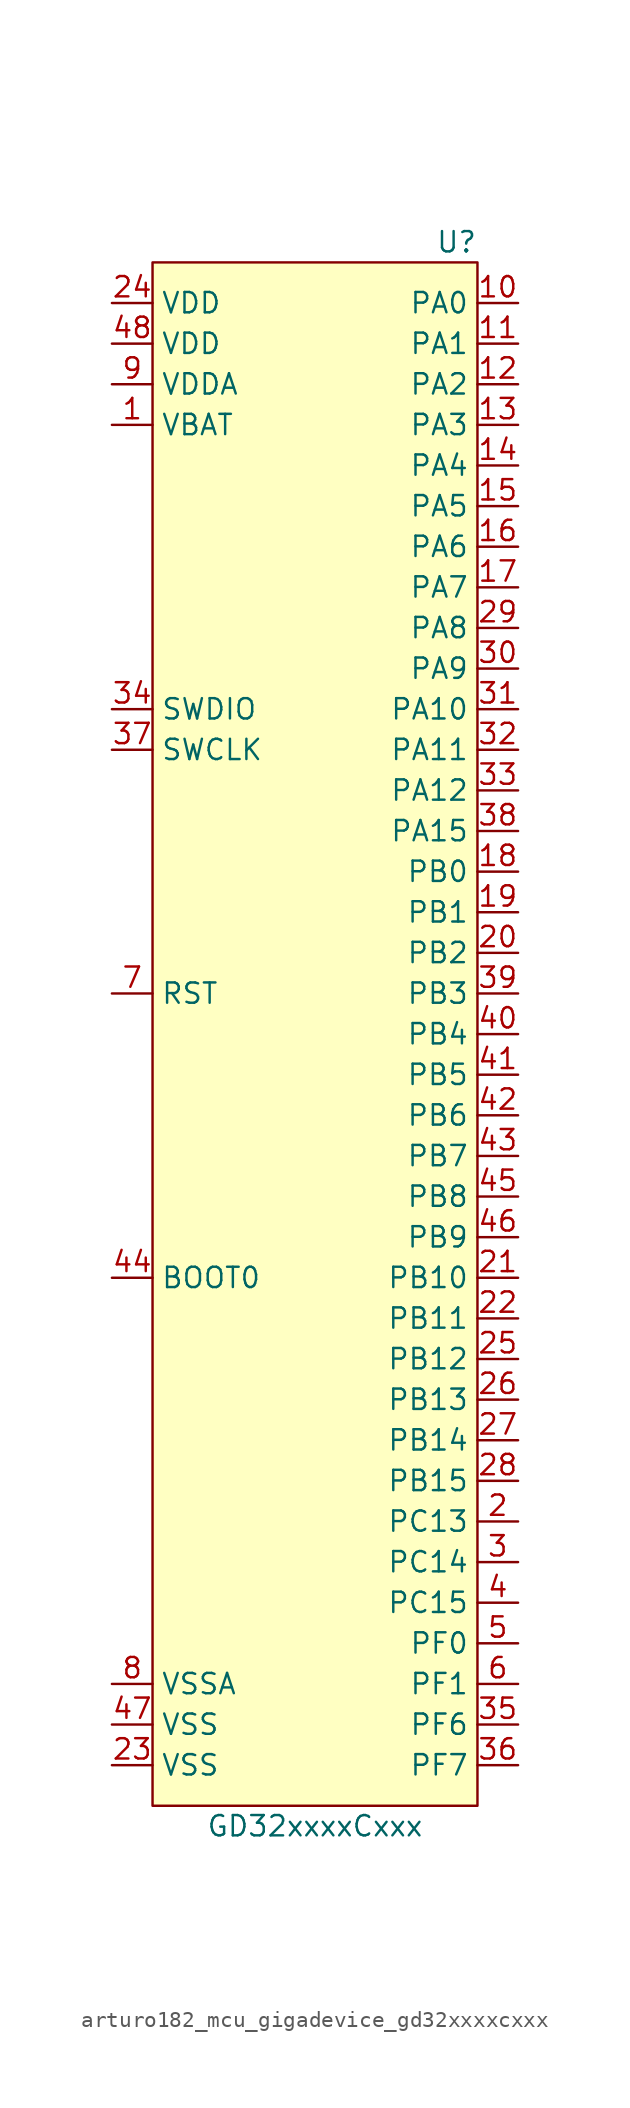
<source format=kicad_sym>
(kicad_symbol_lib
  (version 20220914)
  (generator kicad_symbol_editor)
  (symbol "arturo182_mcu_gigadevice_gd32xxxxcxxx"
    (property "Reference" "U"
      (at 10.16 46.99 0)
      (effects (font (size 1.27 1.27)) (justify right)))
    (property "Value" "GD32xxxxCxxx"
      (at 0 -52.07 0)
      (effects (font (size 1.27 1.27))))
    (symbol "arturo182_mcu_gigadevice_gd32xxxxcxxx_0_0"
      (pin power_in line (at -12.7 35.56 0) (length 2.54) (name "VBAT" (effects (font (size 1.27 1.27)))) (number "1" (effects (font (size 1.27 1.27)))))
      (pin bidirectional line (at 12.7 43.18 180) (length 2.54) (name "PA0" (effects (font (size 1.27 1.27)))) (number "10" (effects (font (size 1.27 1.27)))))
      (pin bidirectional line (at 12.7 40.64 180) (length 2.54) (name "PA1" (effects (font (size 1.27 1.27)))) (number "11" (effects (font (size 1.27 1.27)))))
      (pin bidirectional line (at 12.7 38.1 180) (length 2.54) (name "PA2" (effects (font (size 1.27 1.27)))) (number "12" (effects (font (size 1.27 1.27)))))
      (pin bidirectional line (at 12.7 35.56 180) (length 2.54) (name "PA3" (effects (font (size 1.27 1.27)))) (number "13" (effects (font (size 1.27 1.27)))))
      (pin bidirectional line (at 12.7 33.02 180) (length 2.54) (name "PA4" (effects (font (size 1.27 1.27)))) (number "14" (effects (font (size 1.27 1.27)))))
      (pin bidirectional line (at 12.7 30.48 180) (length 2.54) (name "PA5" (effects (font (size 1.27 1.27)))) (number "15" (effects (font (size 1.27 1.27)))))
      (pin bidirectional line (at 12.7 27.94 180) (length 2.54) (name "PA6" (effects (font (size 1.27 1.27)))) (number "16" (effects (font (size 1.27 1.27)))))
      (pin bidirectional line (at 12.7 25.4 180) (length 2.54) (name "PA7" (effects (font (size 1.27 1.27)))) (number "17" (effects (font (size 1.27 1.27)))))
      (pin bidirectional line (at 12.7 7.62 180) (length 2.54) (name "PB0" (effects (font (size 1.27 1.27)))) (number "18" (effects (font (size 1.27 1.27)))))
      (pin bidirectional line (at 12.7 5.08 180) (length 2.54) (name "PB1" (effects (font (size 1.27 1.27)))) (number "19" (effects (font (size 1.27 1.27)))))
      (pin bidirectional line (at 12.7 -33.02 180) (length 2.54) (name "PC13" (effects (font (size 1.27 1.27)))) (number "2" (effects (font (size 1.27 1.27)))))
      (pin bidirectional line (at 12.7 2.54 180) (length 2.54) (name "PB2" (effects (font (size 1.27 1.27)))) (number "20" (effects (font (size 1.27 1.27)))))
      (pin bidirectional line (at 12.7 -17.78 180) (length 2.54) (name "PB10" (effects (font (size 1.27 1.27)))) (number "21" (effects (font (size 1.27 1.27)))))
      (pin bidirectional line (at 12.7 -20.32 180) (length 2.54) (name "PB11" (effects (font (size 1.27 1.27)))) (number "22" (effects (font (size 1.27 1.27)))))
      (pin power_in line (at -12.7 -48.26 0) (length 2.54) (name "VSS" (effects (font (size 1.27 1.27)))) (number "23" (effects (font (size 1.27 1.27)))))
      (pin power_in line (at -12.7 43.18 0) (length 2.54) (name "VDD" (effects (font (size 1.27 1.27)))) (number "24" (effects (font (size 1.27 1.27)))))
      (pin bidirectional line (at 12.7 -22.86 180) (length 2.54) (name "PB12" (effects (font (size 1.27 1.27)))) (number "25" (effects (font (size 1.27 1.27)))))
      (pin bidirectional line (at 12.7 -25.4 180) (length 2.54) (name "PB13" (effects (font (size 1.27 1.27)))) (number "26" (effects (font (size 1.27 1.27)))))
      (pin bidirectional line (at 12.7 -27.94 180) (length 2.54) (name "PB14" (effects (font (size 1.27 1.27)))) (number "27" (effects (font (size 1.27 1.27)))))
      (pin bidirectional line (at 12.7 -30.48 180) (length 2.54) (name "PB15" (effects (font (size 1.27 1.27)))) (number "28" (effects (font (size 1.27 1.27)))))
      (pin bidirectional line (at 12.7 22.86 180) (length 2.54) (name "PA8" (effects (font (size 1.27 1.27)))) (number "29" (effects (font (size 1.27 1.27)))))
      (pin bidirectional line (at 12.7 -35.56 180) (length 2.54) (name "PC14" (effects (font (size 1.27 1.27)))) (number "3" (effects (font (size 1.27 1.27)))))
      (pin bidirectional line (at 12.7 20.32 180) (length 2.54) (name "PA9" (effects (font (size 1.27 1.27)))) (number "30" (effects (font (size 1.27 1.27)))))
      (pin bidirectional line (at 12.7 17.78 180) (length 2.54) (name "PA10" (effects (font (size 1.27 1.27)))) (number "31" (effects (font (size 1.27 1.27)))))
      (pin bidirectional line (at 12.7 15.24 180) (length 2.54) (name "PA11" (effects (font (size 1.27 1.27)))) (number "32" (effects (font (size 1.27 1.27)))))
      (pin bidirectional line (at 12.7 12.7 180) (length 2.54) (name "PA12" (effects (font (size 1.27 1.27)))) (number "33" (effects (font (size 1.27 1.27)))))
      (pin bidirectional line (at -12.7 17.78 0) (length 2.54) (name "SWDIO" (effects (font (size 1.27 1.27)))) (number "34" (effects (font (size 1.27 1.27)))))
      (pin bidirectional line (at 12.7 -45.72 180) (length 2.54) (name "PF6" (effects (font (size 1.27 1.27)))) (number "35" (effects (font (size 1.27 1.27)))))
      (pin bidirectional line (at 12.7 -48.26 180) (length 2.54) (name "PF7" (effects (font (size 1.27 1.27)))) (number "36" (effects (font (size 1.27 1.27)))))
      (pin bidirectional line (at -12.7 15.24 0) (length 2.54) (name "SWCLK" (effects (font (size 1.27 1.27)))) (number "37" (effects (font (size 1.27 1.27)))))
      (pin bidirectional line (at 12.7 10.16 180) (length 2.54) (name "PA15" (effects (font (size 1.27 1.27)))) (number "38" (effects (font (size 1.27 1.27)))))
      (pin bidirectional line (at 12.7 0 180) (length 2.54) (name "PB3" (effects (font (size 1.27 1.27)))) (number "39" (effects (font (size 1.27 1.27)))))
      (pin bidirectional line (at 12.7 -38.1 180) (length 2.54) (name "PC15" (effects (font (size 1.27 1.27)))) (number "4" (effects (font (size 1.27 1.27)))))
      (pin bidirectional line (at 12.7 -2.54 180) (length 2.54) (name "PB4" (effects (font (size 1.27 1.27)))) (number "40" (effects (font (size 1.27 1.27)))))
      (pin bidirectional line (at 12.7 -5.08 180) (length 2.54) (name "PB5" (effects (font (size 1.27 1.27)))) (number "41" (effects (font (size 1.27 1.27)))))
      (pin bidirectional line (at 12.7 -7.62 180) (length 2.54) (name "PB6" (effects (font (size 1.27 1.27)))) (number "42" (effects (font (size 1.27 1.27)))))
      (pin bidirectional line (at 12.7 -10.16 180) (length 2.54) (name "PB7" (effects (font (size 1.27 1.27)))) (number "43" (effects (font (size 1.27 1.27)))))
      (pin input line (at -12.7 -17.78 0) (length 2.54) (name "BOOT0" (effects (font (size 1.27 1.27)))) (number "44" (effects (font (size 1.27 1.27)))))
      (pin bidirectional line (at 12.7 -12.7 180) (length 2.54) (name "PB8" (effects (font (size 1.27 1.27)))) (number "45" (effects (font (size 1.27 1.27)))))
      (pin bidirectional line (at 12.7 -15.24 180) (length 2.54) (name "PB9" (effects (font (size 1.27 1.27)))) (number "46" (effects (font (size 1.27 1.27)))))
      (pin power_in line (at -12.7 -45.72 0) (length 2.54) (name "VSS" (effects (font (size 1.27 1.27)))) (number "47" (effects (font (size 1.27 1.27)))))
      (pin power_in line (at -12.7 40.64 0) (length 2.54) (name "VDD" (effects (font (size 1.27 1.27)))) (number "48" (effects (font (size 1.27 1.27)))))
      (pin bidirectional line (at 12.7 -40.64 180) (length 2.54) (name "PF0" (effects (font (size 1.27 1.27)))) (number "5" (effects (font (size 1.27 1.27)))))
      (pin bidirectional line (at 12.7 -43.18 180) (length 2.54) (name "PF1" (effects (font (size 1.27 1.27)))) (number "6" (effects (font (size 1.27 1.27)))))
      (pin input line (at -12.7 0 0) (length 2.54) (name "RST" (effects (font (size 1.27 1.27)))) (number "7" (effects (font (size 1.27 1.27)))))
      (pin power_in line (at -12.7 -43.18 0) (length 2.54) (name "VSSA" (effects (font (size 1.27 1.27)))) (number "8" (effects (font (size 1.27 1.27)))))
      (pin power_in line (at -12.7 38.1 0) (length 2.54) (name "VDDA" (effects (font (size 1.27 1.27)))) (number "9" (effects (font (size 1.27 1.27))))))
    (symbol "arturo182_mcu_gigadevice_gd32xxxxcxxx_0_1"
      (rectangle (start -10.16 45.72) (end 10.16 -50.8) (stroke (width 0) (type default)) (fill (type background))))))
</source>
